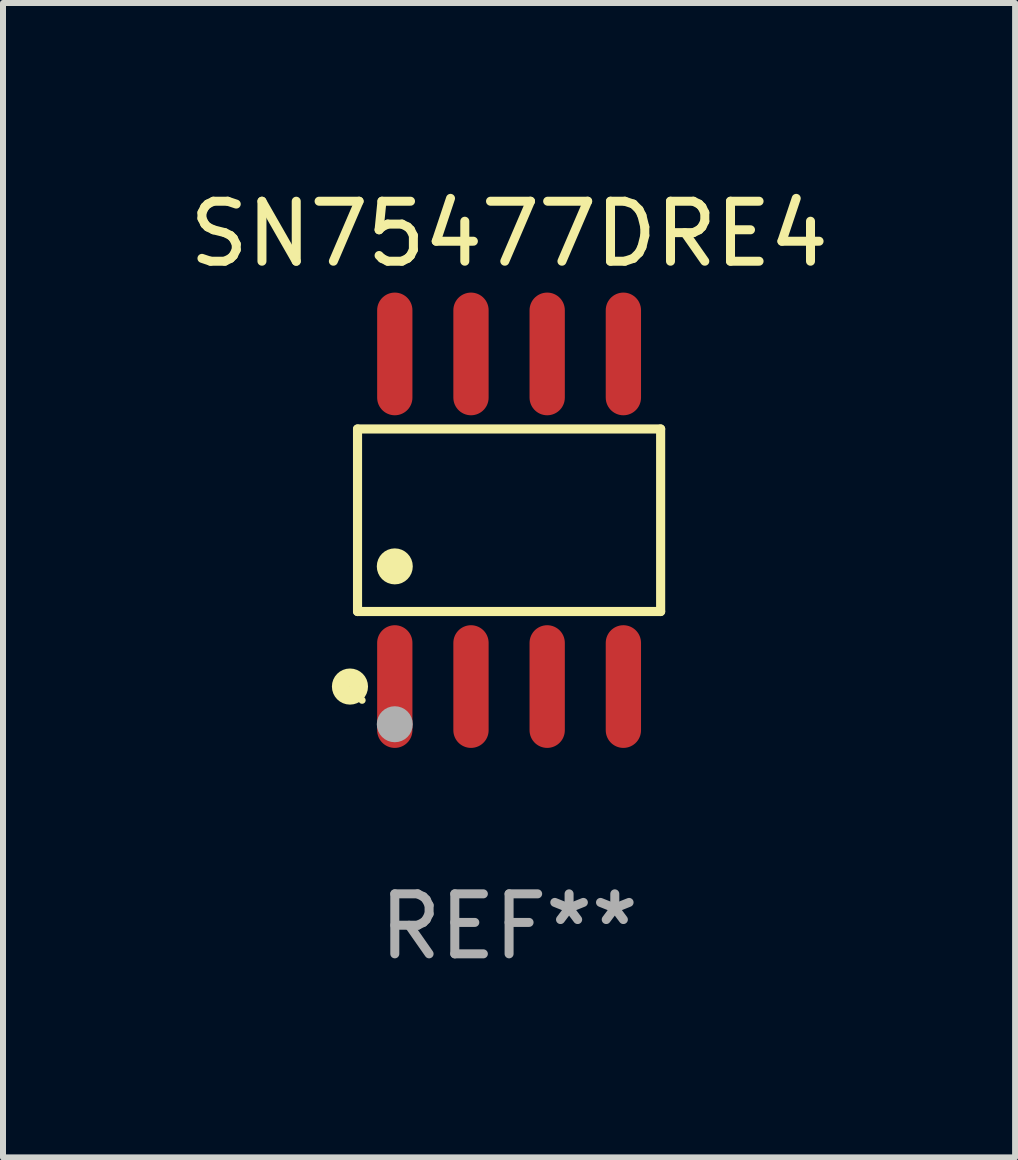
<source format=kicad_pcb>
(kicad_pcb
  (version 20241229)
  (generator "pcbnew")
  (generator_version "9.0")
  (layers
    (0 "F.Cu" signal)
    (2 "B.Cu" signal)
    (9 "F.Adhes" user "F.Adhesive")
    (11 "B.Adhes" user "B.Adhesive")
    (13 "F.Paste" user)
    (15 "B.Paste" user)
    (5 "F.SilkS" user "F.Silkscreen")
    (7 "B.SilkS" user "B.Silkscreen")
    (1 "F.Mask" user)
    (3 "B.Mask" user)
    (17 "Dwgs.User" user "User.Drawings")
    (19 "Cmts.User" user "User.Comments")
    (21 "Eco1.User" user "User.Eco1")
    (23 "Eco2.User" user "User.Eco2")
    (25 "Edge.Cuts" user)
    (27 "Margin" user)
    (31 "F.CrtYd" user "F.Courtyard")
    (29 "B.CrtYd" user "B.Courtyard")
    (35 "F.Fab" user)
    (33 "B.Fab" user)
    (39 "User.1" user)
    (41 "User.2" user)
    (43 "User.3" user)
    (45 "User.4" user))
  (footprint "SN75477DRE4"
    (layer "F.Cu")
    (at 5.435 5.621)
    (property "Reference" "SN75477DRE4" (at 0 -4.772 0) (layer "F.SilkS") (effects (font (size 1 1) (thickness 0.15))))
    (attr through_hole)
    (fp_line (start -2.526 -1.521) (end 2.526 -1.521) (stroke (width 0.152) (type solid)) (layer "F.SilkS"))
    (fp_line (start -2.526 1.521) (end -2.526 -1.521) (stroke (width 0.152) (type solid)) (layer "F.SilkS"))
    (fp_line (start 2.526 -1.521) (end 2.526 1.521) (stroke (width 0.152) (type solid)) (layer "F.SilkS"))
    (fp_line (start 2.526 1.521) (end -2.526 1.521) (stroke (width 0.152) (type solid)) (layer "F.SilkS"))
    (fp_circle (center -2.652 2.772) (end -2.501 2.772) (stroke (width 0.3) (type solid)) (fill no) (layer "F.SilkS"))
    (fp_circle (center -2.45 3) (end -2.42 3) (stroke (width 0.06) (type solid)) (fill no) (layer "F.SilkS"))
    (fp_circle (center -1.905 0.769) (end -1.755 0.769) (stroke (width 0.3) (type solid)) (fill no) (layer "F.SilkS"))
    (fp_circle (center -1.905 3.4) (end -1.755 3.4) (stroke (width 0.3) (type solid)) (fill no) (layer "F.Fab"))
    (fp_text user "REF**" (at 0 6.772 0) (layer "F.Fab") (effects (font (size 1 1) (thickness 0.15))))
    (pad "1" smd oval (at -1.905 2.772) (size 0.588 2.045) (layers "F.Cu" "F.Mask" "F.Paste"))
    (pad "2" smd oval (at -0.635 2.772) (size 0.588 2.045) (layers "F.Cu" "F.Mask" "F.Paste"))
    (pad "3" smd oval (at 0.635 2.772) (size 0.588 2.045) (layers "F.Cu" "F.Mask" "F.Paste"))
    (pad "4" smd oval (at 1.905 2.772) (size 0.588 2.045) (layers "F.Cu" "F.Mask" "F.Paste"))
    (pad "5" smd oval (at 1.905 -2.772) (size 0.588 2.045) (layers "F.Cu" "F.Mask" "F.Paste"))
    (pad "6" smd oval (at 0.635 -2.772) (size 0.588 2.045) (layers "F.Cu" "F.Mask" "F.Paste"))
    (pad "7" smd oval (at -0.635 -2.772) (size 0.588 2.045) (layers "F.Cu" "F.Mask" "F.Paste"))
    (pad "8" smd oval (at -1.905 -2.772) (size 0.588 2.045) (layers "F.Cu" "F.Mask" "F.Paste")))
  (gr_rect
    (start -3 -3)
    (end 13.869 16.241)
    (stroke (width 0.1) (type default))
    (fill no)
    (layer "Edge.Cuts")))
</source>
